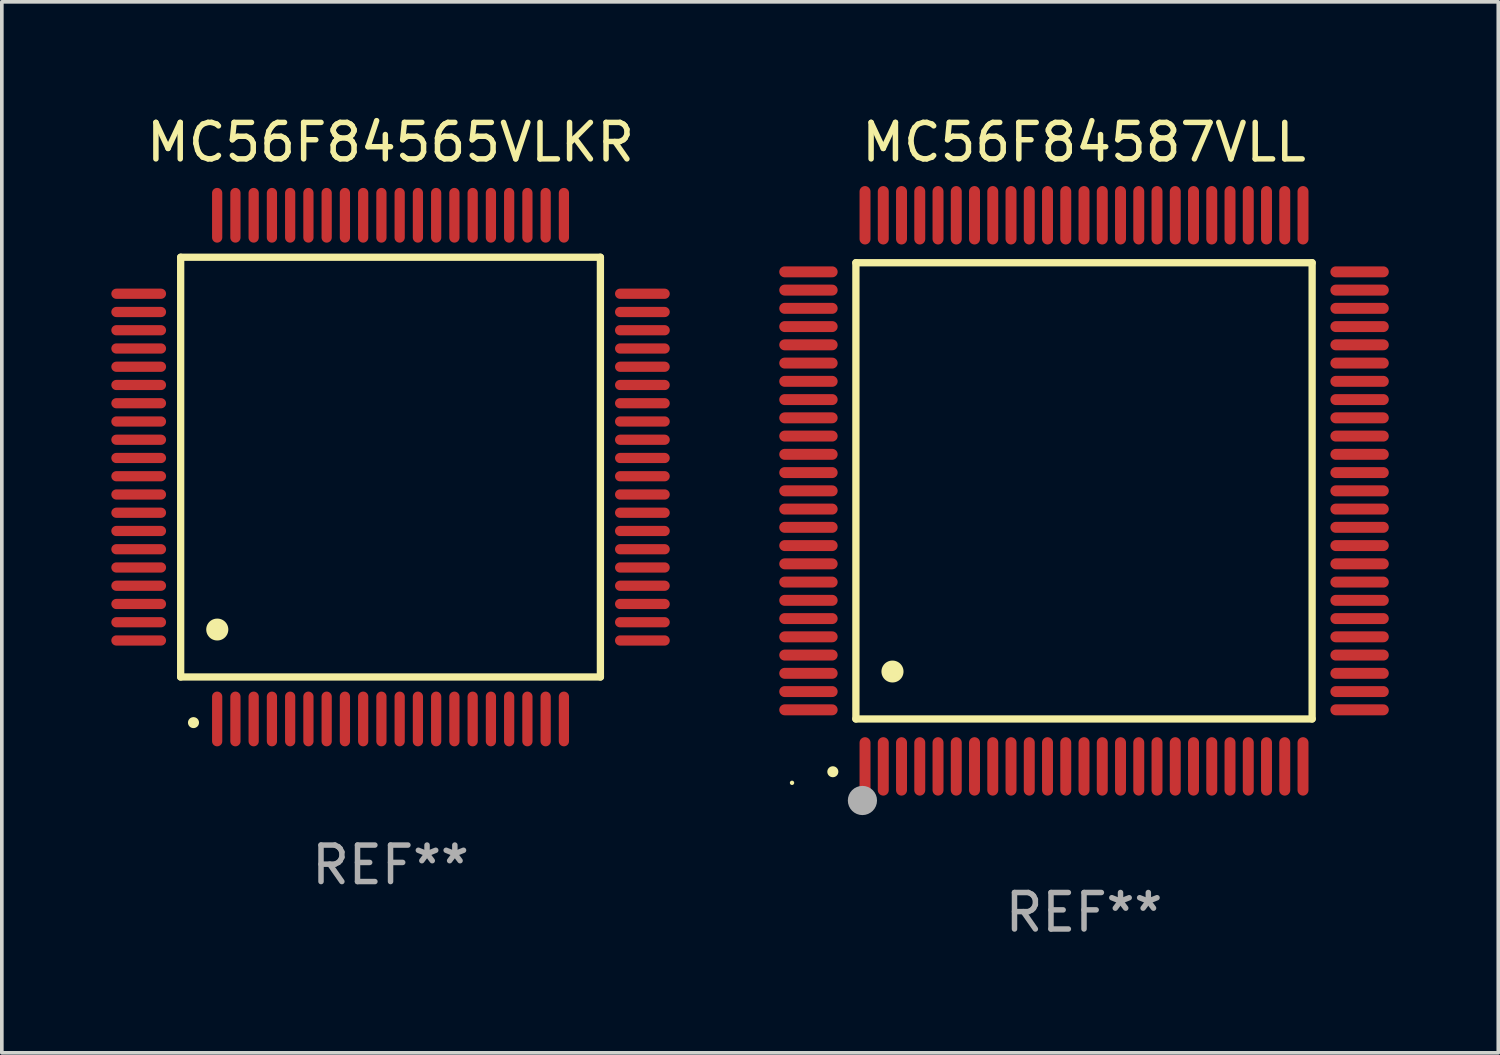
<source format=kicad_pcb>
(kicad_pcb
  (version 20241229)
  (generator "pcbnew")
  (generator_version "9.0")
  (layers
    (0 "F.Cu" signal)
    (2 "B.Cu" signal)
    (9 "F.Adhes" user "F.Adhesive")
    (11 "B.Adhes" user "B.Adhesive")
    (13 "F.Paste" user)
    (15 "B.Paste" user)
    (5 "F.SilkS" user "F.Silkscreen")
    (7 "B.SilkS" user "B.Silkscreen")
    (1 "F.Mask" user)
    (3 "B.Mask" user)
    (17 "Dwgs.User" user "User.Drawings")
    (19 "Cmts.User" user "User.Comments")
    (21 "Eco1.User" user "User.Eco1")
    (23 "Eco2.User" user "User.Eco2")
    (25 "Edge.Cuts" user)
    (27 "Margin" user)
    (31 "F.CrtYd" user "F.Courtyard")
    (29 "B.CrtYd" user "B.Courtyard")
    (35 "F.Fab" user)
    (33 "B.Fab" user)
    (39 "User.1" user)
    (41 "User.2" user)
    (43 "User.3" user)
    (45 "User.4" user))
  (footprint "MC56F84587VLL"
    (layer "F.Cu")
    (at 26.65 10.398)
    (property "Reference" "MC56F84587VLL" (at 0 -9.55 0) (layer "F.SilkS") (effects (font (size 1 1) (thickness 0.15))))
    (attr through_hole)
    (fp_line (start -6.25 -6.25) (end -6.25 6.25) (stroke (width 0.2) (type solid)) (layer "F.SilkS"))
    (fp_line (start -6.25 6.25) (end 6.25 6.25) (stroke (width 0.2) (type solid)) (layer "F.SilkS"))
    (fp_line (start 6.25 -6.25) (end -6.25 -6.25) (stroke (width 0.2) (type solid)) (layer "F.SilkS"))
    (fp_line (start 6.25 6.25) (end 6.25 -6.25) (stroke (width 0.2) (type solid)) (layer "F.SilkS"))
    (fp_arc (start -6.883414 7.696215) (mid -6.882144 7.69621) (end -6.880874 7.696215) (stroke (width 0.3) (type solid)) (layer "F.SilkS"))
    (fp_arc (start -5.250191 4.95047) (mid -5.247651 4.950459) (end -5.245111 4.95047) (stroke (width 0.6) (type solid)) (layer "F.SilkS"))
    (fp_circle (center -8 8) (end -7.97 8) (stroke (width 0.06) (type solid)) (fill no) (layer "F.SilkS"))
    (fp_circle (center -6.071 8.484) (end -5.871 8.484) (stroke (width 0.4) (type solid)) (fill no) (layer "F.Fab"))
    (fp_text user "REF**" (at 0 11.55 0) (layer "F.Fab") (effects (font (size 1 1) (thickness 0.15))))
    (pad "1" smd oval (at -6 7.55) (size 0.3 1.6) (layers "F.Cu" "F.Mask" "F.Paste"))
    (pad "2" smd oval (at -5.5 7.55) (size 0.3 1.6) (layers "F.Cu" "F.Mask" "F.Paste"))
    (pad "3" smd oval (at -5 7.55) (size 0.3 1.6) (layers "F.Cu" "F.Mask" "F.Paste"))
    (pad "4" smd oval (at -4.5 7.55) (size 0.3 1.6) (layers "F.Cu" "F.Mask" "F.Paste"))
    (pad "5" smd oval (at -4 7.55) (size 0.3 1.6) (layers "F.Cu" "F.Mask" "F.Paste"))
    (pad "6" smd oval (at -3.5 7.55) (size 0.3 1.6) (layers "F.Cu" "F.Mask" "F.Paste"))
    (pad "7" smd oval (at -3 7.55) (size 0.3 1.6) (layers "F.Cu" "F.Mask" "F.Paste"))
    (pad "8" smd oval (at -2.5 7.55) (size 0.3 1.6) (layers "F.Cu" "F.Mask" "F.Paste"))
    (pad "9" smd oval (at -2 7.55) (size 0.3 1.6) (layers "F.Cu" "F.Mask" "F.Paste"))
    (pad "10" smd oval (at -1.5 7.55) (size 0.3 1.6) (layers "F.Cu" "F.Mask" "F.Paste"))
    (pad "11" smd oval (at -1 7.55) (size 0.3 1.6) (layers "F.Cu" "F.Mask" "F.Paste"))
    (pad "12" smd oval (at -0.5 7.55) (size 0.3 1.6) (layers "F.Cu" "F.Mask" "F.Paste"))
    (pad "13" smd oval (at 0 7.55) (size 0.3 1.6) (layers "F.Cu" "F.Mask" "F.Paste"))
    (pad "14" smd oval (at 0.5 7.55) (size 0.3 1.6) (layers "F.Cu" "F.Mask" "F.Paste"))
    (pad "15" smd oval (at 1 7.55) (size 0.3 1.6) (layers "F.Cu" "F.Mask" "F.Paste"))
    (pad "16" smd oval (at 1.5 7.55) (size 0.3 1.6) (layers "F.Cu" "F.Mask" "F.Paste"))
    (pad "17" smd oval (at 2 7.55) (size 0.3 1.6) (layers "F.Cu" "F.Mask" "F.Paste"))
    (pad "18" smd oval (at 2.5 7.55) (size 0.3 1.6) (layers "F.Cu" "F.Mask" "F.Paste"))
    (pad "19" smd oval (at 3 7.55) (size 0.3 1.6) (layers "F.Cu" "F.Mask" "F.Paste"))
    (pad "20" smd oval (at 3.5 7.55) (size 0.3 1.6) (layers "F.Cu" "F.Mask" "F.Paste"))
    (pad "21" smd oval (at 4 7.55) (size 0.3 1.6) (layers "F.Cu" "F.Mask" "F.Paste"))
    (pad "22" smd oval (at 4.5 7.55) (size 0.3 1.6) (layers "F.Cu" "F.Mask" "F.Paste"))
    (pad "23" smd oval (at 5 7.55) (size 0.3 1.6) (layers "F.Cu" "F.Mask" "F.Paste"))
    (pad "24" smd oval (at 5.5 7.55) (size 0.3 1.6) (layers "F.Cu" "F.Mask" "F.Paste"))
    (pad "25" smd oval (at 6 7.55) (size 0.3 1.6) (layers "F.Cu" "F.Mask" "F.Paste"))
    (pad "26" smd oval (at 7.55 6) (size 1.6 0.3) (layers "F.Cu" "F.Mask" "F.Paste"))
    (pad "27" smd oval (at 7.55 5.5) (size 1.6 0.3) (layers "F.Cu" "F.Mask" "F.Paste"))
    (pad "28" smd oval (at 7.55 5) (size 1.6 0.3) (layers "F.Cu" "F.Mask" "F.Paste"))
    (pad "29" smd oval (at 7.55 4.5) (size 1.6 0.3) (layers "F.Cu" "F.Mask" "F.Paste"))
    (pad "30" smd oval (at 7.55 4) (size 1.6 0.3) (layers "F.Cu" "F.Mask" "F.Paste"))
    (pad "31" smd oval (at 7.55 3.5) (size 1.6 0.3) (layers "F.Cu" "F.Mask" "F.Paste"))
    (pad "32" smd oval (at 7.55 3) (size 1.6 0.3) (layers "F.Cu" "F.Mask" "F.Paste"))
    (pad "33" smd oval (at 7.55 2.5) (size 1.6 0.3) (layers "F.Cu" "F.Mask" "F.Paste"))
    (pad "34" smd oval (at 7.55 2) (size 1.6 0.3) (layers "F.Cu" "F.Mask" "F.Paste"))
    (pad "35" smd oval (at 7.55 1.5) (size 1.6 0.3) (layers "F.Cu" "F.Mask" "F.Paste"))
    (pad "36" smd oval (at 7.55 1) (size 1.6 0.3) (layers "F.Cu" "F.Mask" "F.Paste"))
    (pad "37" smd oval (at 7.55 0.5) (size 1.6 0.3) (layers "F.Cu" "F.Mask" "F.Paste"))
    (pad "38" smd oval (at 7.55 0) (size 1.6 0.3) (layers "F.Cu" "F.Mask" "F.Paste"))
    (pad "39" smd oval (at 7.55 -0.5) (size 1.6 0.3) (layers "F.Cu" "F.Mask" "F.Paste"))
    (pad "40" smd oval (at 7.55 -1) (size 1.6 0.3) (layers "F.Cu" "F.Mask" "F.Paste"))
    (pad "41" smd oval (at 7.55 -1.5) (size 1.6 0.3) (layers "F.Cu" "F.Mask" "F.Paste"))
    (pad "42" smd oval (at 7.55 -2) (size 1.6 0.3) (layers "F.Cu" "F.Mask" "F.Paste"))
    (pad "43" smd oval (at 7.55 -2.5) (size 1.6 0.3) (layers "F.Cu" "F.Mask" "F.Paste"))
    (pad "44" smd oval (at 7.55 -3) (size 1.6 0.3) (layers "F.Cu" "F.Mask" "F.Paste"))
    (pad "45" smd oval (at 7.55 -3.5) (size 1.6 0.3) (layers "F.Cu" "F.Mask" "F.Paste"))
    (pad "46" smd oval (at 7.55 -4) (size 1.6 0.3) (layers "F.Cu" "F.Mask" "F.Paste"))
    (pad "47" smd oval (at 7.55 -4.5) (size 1.6 0.3) (layers "F.Cu" "F.Mask" "F.Paste"))
    (pad "48" smd oval (at 7.55 -5) (size 1.6 0.3) (layers "F.Cu" "F.Mask" "F.Paste"))
    (pad "49" smd oval (at 7.55 -5.5) (size 1.6 0.3) (layers "F.Cu" "F.Mask" "F.Paste"))
    (pad "50" smd oval (at 7.55 -6) (size 1.6 0.3) (layers "F.Cu" "F.Mask" "F.Paste"))
    (pad "51" smd oval (at 6 -7.55) (size 0.3 1.6) (layers "F.Cu" "F.Mask" "F.Paste"))
    (pad "52" smd oval (at 5.5 -7.55) (size 0.3 1.6) (layers "F.Cu" "F.Mask" "F.Paste"))
    (pad "53" smd oval (at 5 -7.55) (size 0.3 1.6) (layers "F.Cu" "F.Mask" "F.Paste"))
    (pad "54" smd oval (at 4.5 -7.55) (size 0.3 1.6) (layers "F.Cu" "F.Mask" "F.Paste"))
    (pad "55" smd oval (at 4 -7.55) (size 0.3 1.6) (layers "F.Cu" "F.Mask" "F.Paste"))
    (pad "56" smd oval (at 3.5 -7.55) (size 0.3 1.6) (layers "F.Cu" "F.Mask" "F.Paste"))
    (pad "57" smd oval (at 3 -7.55) (size 0.3 1.6) (layers "F.Cu" "F.Mask" "F.Paste"))
    (pad "58" smd oval (at 2.5 -7.55) (size 0.3 1.6) (layers "F.Cu" "F.Mask" "F.Paste"))
    (pad "59" smd oval (at 2 -7.55) (size 0.3 1.6) (layers "F.Cu" "F.Mask" "F.Paste"))
    (pad "60" smd oval (at 1.5 -7.55) (size 0.3 1.6) (layers "F.Cu" "F.Mask" "F.Paste"))
    (pad "61" smd oval (at 1 -7.55) (size 0.3 1.6) (layers "F.Cu" "F.Mask" "F.Paste"))
    (pad "62" smd oval (at 0.5 -7.55) (size 0.3 1.6) (layers "F.Cu" "F.Mask" "F.Paste"))
    (pad "63" smd oval (at 0 -7.55) (size 0.3 1.6) (layers "F.Cu" "F.Mask" "F.Paste"))
    (pad "64" smd oval (at -0.5 -7.55) (size 0.3 1.6) (layers "F.Cu" "F.Mask" "F.Paste"))
    (pad "65" smd oval (at -1 -7.55) (size 0.3 1.6) (layers "F.Cu" "F.Mask" "F.Paste"))
    (pad "66" smd oval (at -1.5 -7.55) (size 0.3 1.6) (layers "F.Cu" "F.Mask" "F.Paste"))
    (pad "67" smd oval (at -2 -7.55) (size 0.3 1.6) (layers "F.Cu" "F.Mask" "F.Paste"))
    (pad "68" smd oval (at -2.5 -7.55) (size 0.3 1.6) (layers "F.Cu" "F.Mask" "F.Paste"))
    (pad "69" smd oval (at -3 -7.55) (size 0.3 1.6) (layers "F.Cu" "F.Mask" "F.Paste"))
    (pad "70" smd oval (at -3.5 -7.55) (size 0.3 1.6) (layers "F.Cu" "F.Mask" "F.Paste"))
    (pad "71" smd oval (at -4 -7.55) (size 0.3 1.6) (layers "F.Cu" "F.Mask" "F.Paste"))
    (pad "72" smd oval (at -4.5 -7.55) (size 0.3 1.6) (layers "F.Cu" "F.Mask" "F.Paste"))
    (pad "73" smd oval (at -5 -7.55) (size 0.3 1.6) (layers "F.Cu" "F.Mask" "F.Paste"))
    (pad "74" smd oval (at -5.5 -7.55) (size 0.3 1.6) (layers "F.Cu" "F.Mask" "F.Paste"))
    (pad "75" smd oval (at -6 -7.55) (size 0.3 1.6) (layers "F.Cu" "F.Mask" "F.Paste"))
    (pad "76" smd oval (at -7.55 -6) (size 1.6 0.3) (layers "F.Cu" "F.Mask" "F.Paste"))
    (pad "77" smd oval (at -7.55 -5.5) (size 1.6 0.3) (layers "F.Cu" "F.Mask" "F.Paste"))
    (pad "78" smd oval (at -7.55 -5) (size 1.6 0.3) (layers "F.Cu" "F.Mask" "F.Paste"))
    (pad "79" smd oval (at -7.55 -4.5) (size 1.6 0.3) (layers "F.Cu" "F.Mask" "F.Paste"))
    (pad "80" smd oval (at -7.55 -4) (size 1.6 0.3) (layers "F.Cu" "F.Mask" "F.Paste"))
    (pad "81" smd oval (at -7.55 -3.5) (size 1.6 0.3) (layers "F.Cu" "F.Mask" "F.Paste"))
    (pad "82" smd oval (at -7.55 -3) (size 1.6 0.3) (layers "F.Cu" "F.Mask" "F.Paste"))
    (pad "83" smd oval (at -7.55 -2.5) (size 1.6 0.3) (layers "F.Cu" "F.Mask" "F.Paste"))
    (pad "84" smd oval (at -7.55 -2) (size 1.6 0.3) (layers "F.Cu" "F.Mask" "F.Paste"))
    (pad "85" smd oval (at -7.55 -1.5) (size 1.6 0.3) (layers "F.Cu" "F.Mask" "F.Paste"))
    (pad "86" smd oval (at -7.55 -1) (size 1.6 0.3) (layers "F.Cu" "F.Mask" "F.Paste"))
    (pad "87" smd oval (at -7.55 -0.5) (size 1.6 0.3) (layers "F.Cu" "F.Mask" "F.Paste"))
    (pad "88" smd oval (at -7.55 0) (size 1.6 0.3) (layers "F.Cu" "F.Mask" "F.Paste"))
    (pad "89" smd oval (at -7.55 0.5) (size 1.6 0.3) (layers "F.Cu" "F.Mask" "F.Paste"))
    (pad "90" smd oval (at -7.55 1) (size 1.6 0.3) (layers "F.Cu" "F.Mask" "F.Paste"))
    (pad "91" smd oval (at -7.55 1.5) (size 1.6 0.3) (layers "F.Cu" "F.Mask" "F.Paste"))
    (pad "92" smd oval (at -7.55 2) (size 1.6 0.3) (layers "F.Cu" "F.Mask" "F.Paste"))
    (pad "93" smd oval (at -7.55 2.5) (size 1.6 0.3) (layers "F.Cu" "F.Mask" "F.Paste"))
    (pad "94" smd oval (at -7.55 3) (size 1.6 0.3) (layers "F.Cu" "F.Mask" "F.Paste"))
    (pad "95" smd oval (at -7.55 3.5) (size 1.6 0.3) (layers "F.Cu" "F.Mask" "F.Paste"))
    (pad "96" smd oval (at -7.55 4) (size 1.6 0.3) (layers "F.Cu" "F.Mask" "F.Paste"))
    (pad "97" smd oval (at -7.55 4.5) (size 1.6 0.3) (layers "F.Cu" "F.Mask" "F.Paste"))
    (pad "98" smd oval (at -7.55 5) (size 1.6 0.3) (layers "F.Cu" "F.Mask" "F.Paste"))
    (pad "99" smd oval (at -7.55 5.5) (size 1.6 0.3) (layers "F.Cu" "F.Mask" "F.Paste"))
    (pad "100" smd oval (at -7.55 6) (size 1.6 0.3) (layers "F.Cu" "F.Mask" "F.Paste")))
  (footprint "MC56F84565VLKR"
    (layer "F.Cu")
    (at 7.65 9.748)
    (property "Reference" "MC56F84565VLKR" (at 0 -8.9 0) (layer "F.SilkS") (effects (font (size 1 1) (thickness 0.15))))
    (attr through_hole)
    (fp_line (start -5.75 -5.75) (end 5.75 -5.75) (stroke (width 0.2) (type solid)) (layer "F.SilkS"))
    (fp_line (start -5.75 5.75) (end -5.75 -5.75) (stroke (width 0.2) (type solid)) (layer "F.SilkS"))
    (fp_line (start 5.75 -5.75) (end 5.75 5.75) (stroke (width 0.2) (type solid)) (layer "F.SilkS"))
    (fp_line (start 5.75 5.75) (end -5.75 5.75) (stroke (width 0.2) (type solid)) (layer "F.SilkS"))
    (fp_arc (start -5.400051 7.000254) (mid -5.398781 7.000249) (end -5.397511 7.000254) (stroke (width 0.3) (type solid)) (layer "F.SilkS"))
    (fp_arc (start -4.749809 4.450089) (mid -4.747269 4.450078) (end -4.744729 4.450089) (stroke (width 0.6) (type solid)) (layer "F.SilkS"))
    (fp_text user "REF**" (at 0 10.9 0) (layer "F.Fab") (effects (font (size 1 1) (thickness 0.15))))
    (pad "1" smd oval (at -4.75 6.9) (size 0.28 1.5) (layers "F.Cu" "F.Mask" "F.Paste"))
    (pad "2" smd oval (at -4.25 6.9) (size 0.28 1.5) (layers "F.Cu" "F.Mask" "F.Paste"))
    (pad "3" smd oval (at -3.75 6.9) (size 0.28 1.5) (layers "F.Cu" "F.Mask" "F.Paste"))
    (pad "4" smd oval (at -3.25 6.9) (size 0.28 1.5) (layers "F.Cu" "F.Mask" "F.Paste"))
    (pad "5" smd oval (at -2.75 6.9) (size 0.28 1.5) (layers "F.Cu" "F.Mask" "F.Paste"))
    (pad "6" smd oval (at -2.25 6.9) (size 0.28 1.5) (layers "F.Cu" "F.Mask" "F.Paste"))
    (pad "7" smd oval (at -1.75 6.9) (size 0.28 1.5) (layers "F.Cu" "F.Mask" "F.Paste"))
    (pad "8" smd oval (at -1.25 6.9) (size 0.28 1.5) (layers "F.Cu" "F.Mask" "F.Paste"))
    (pad "9" smd oval (at -0.75 6.9) (size 0.28 1.5) (layers "F.Cu" "F.Mask" "F.Paste"))
    (pad "10" smd oval (at -0.25 6.9) (size 0.28 1.5) (layers "F.Cu" "F.Mask" "F.Paste"))
    (pad "11" smd oval (at 0.25 6.9) (size 0.28 1.5) (layers "F.Cu" "F.Mask" "F.Paste"))
    (pad "12" smd oval (at 0.75 6.9) (size 0.28 1.5) (layers "F.Cu" "F.Mask" "F.Paste"))
    (pad "13" smd oval (at 1.25 6.9) (size 0.28 1.5) (layers "F.Cu" "F.Mask" "F.Paste"))
    (pad "14" smd oval (at 1.75 6.9) (size 0.28 1.5) (layers "F.Cu" "F.Mask" "F.Paste"))
    (pad "15" smd oval (at 2.25 6.9) (size 0.28 1.5) (layers "F.Cu" "F.Mask" "F.Paste"))
    (pad "16" smd oval (at 2.75 6.9) (size 0.28 1.5) (layers "F.Cu" "F.Mask" "F.Paste"))
    (pad "17" smd oval (at 3.25 6.9) (size 0.28 1.5) (layers "F.Cu" "F.Mask" "F.Paste"))
    (pad "18" smd oval (at 3.75 6.9) (size 0.28 1.5) (layers "F.Cu" "F.Mask" "F.Paste"))
    (pad "19" smd oval (at 4.25 6.9) (size 0.28 1.5) (layers "F.Cu" "F.Mask" "F.Paste"))
    (pad "20" smd oval (at 4.75 6.9) (size 0.28 1.5) (layers "F.Cu" "F.Mask" "F.Paste"))
    (pad "21" smd oval (at 6.9 4.75) (size 1.5 0.28) (layers "F.Cu" "F.Mask" "F.Paste"))
    (pad "22" smd oval (at 6.9 4.25) (size 1.5 0.28) (layers "F.Cu" "F.Mask" "F.Paste"))
    (pad "23" smd oval (at 6.9 3.75) (size 1.5 0.28) (layers "F.Cu" "F.Mask" "F.Paste"))
    (pad "24" smd oval (at 6.9 3.25) (size 1.5 0.28) (layers "F.Cu" "F.Mask" "F.Paste"))
    (pad "25" smd oval (at 6.9 2.75) (size 1.5 0.28) (layers "F.Cu" "F.Mask" "F.Paste"))
    (pad "26" smd oval (at 6.9 2.25) (size 1.5 0.28) (layers "F.Cu" "F.Mask" "F.Paste"))
    (pad "27" smd oval (at 6.9 1.75) (size 1.5 0.28) (layers "F.Cu" "F.Mask" "F.Paste"))
    (pad "28" smd oval (at 6.9 1.25) (size 1.5 0.28) (layers "F.Cu" "F.Mask" "F.Paste"))
    (pad "29" smd oval (at 6.9 0.75) (size 1.5 0.28) (layers "F.Cu" "F.Mask" "F.Paste"))
    (pad "30" smd oval (at 6.9 0.25) (size 1.5 0.28) (layers "F.Cu" "F.Mask" "F.Paste"))
    (pad "31" smd oval (at 6.9 -0.25) (size 1.5 0.28) (layers "F.Cu" "F.Mask" "F.Paste"))
    (pad "32" smd oval (at 6.9 -0.75) (size 1.5 0.28) (layers "F.Cu" "F.Mask" "F.Paste"))
    (pad "33" smd oval (at 6.9 -1.25) (size 1.5 0.28) (layers "F.Cu" "F.Mask" "F.Paste"))
    (pad "34" smd oval (at 6.9 -1.75) (size 1.5 0.28) (layers "F.Cu" "F.Mask" "F.Paste"))
    (pad "35" smd oval (at 6.9 -2.25) (size 1.5 0.28) (layers "F.Cu" "F.Mask" "F.Paste"))
    (pad "36" smd oval (at 6.9 -2.75) (size 1.5 0.28) (layers "F.Cu" "F.Mask" "F.Paste"))
    (pad "37" smd oval (at 6.9 -3.25) (size 1.5 0.28) (layers "F.Cu" "F.Mask" "F.Paste"))
    (pad "38" smd oval (at 6.9 -3.75) (size 1.5 0.28) (layers "F.Cu" "F.Mask" "F.Paste"))
    (pad "39" smd oval (at 6.9 -4.25) (size 1.5 0.28) (layers "F.Cu" "F.Mask" "F.Paste"))
    (pad "40" smd oval (at 6.9 -4.75) (size 1.5 0.28) (layers "F.Cu" "F.Mask" "F.Paste"))
    (pad "41" smd oval (at 4.75 -6.9) (size 0.28 1.5) (layers "F.Cu" "F.Mask" "F.Paste"))
    (pad "42" smd oval (at 4.25 -6.9) (size 0.28 1.5) (layers "F.Cu" "F.Mask" "F.Paste"))
    (pad "43" smd oval (at 3.75 -6.9) (size 0.28 1.5) (layers "F.Cu" "F.Mask" "F.Paste"))
    (pad "44" smd oval (at 3.25 -6.9) (size 0.28 1.5) (layers "F.Cu" "F.Mask" "F.Paste"))
    (pad "45" smd oval (at 2.75 -6.9) (size 0.28 1.5) (layers "F.Cu" "F.Mask" "F.Paste"))
    (pad "46" smd oval (at 2.25 -6.9) (size 0.28 1.5) (layers "F.Cu" "F.Mask" "F.Paste"))
    (pad "47" smd oval (at 1.75 -6.9) (size 0.28 1.5) (layers "F.Cu" "F.Mask" "F.Paste"))
    (pad "48" smd oval (at 1.25 -6.9) (size 0.28 1.5) (layers "F.Cu" "F.Mask" "F.Paste"))
    (pad "49" smd oval (at 0.75 -6.9) (size 0.28 1.5) (layers "F.Cu" "F.Mask" "F.Paste"))
    (pad "50" smd oval (at 0.25 -6.9) (size 0.28 1.5) (layers "F.Cu" "F.Mask" "F.Paste"))
    (pad "51" smd oval (at -0.25 -6.9) (size 0.28 1.5) (layers "F.Cu" "F.Mask" "F.Paste"))
    (pad "52" smd oval (at -0.75 -6.9) (size 0.28 1.5) (layers "F.Cu" "F.Mask" "F.Paste"))
    (pad "53" smd oval (at -1.25 -6.9) (size 0.28 1.5) (layers "F.Cu" "F.Mask" "F.Paste"))
    (pad "54" smd oval (at -1.75 -6.9) (size 0.28 1.5) (layers "F.Cu" "F.Mask" "F.Paste"))
    (pad "55" smd oval (at -2.25 -6.9) (size 0.28 1.5) (layers "F.Cu" "F.Mask" "F.Paste"))
    (pad "56" smd oval (at -2.75 -6.9) (size 0.28 1.5) (layers "F.Cu" "F.Mask" "F.Paste"))
    (pad "57" smd oval (at -3.25 -6.9) (size 0.28 1.5) (layers "F.Cu" "F.Mask" "F.Paste"))
    (pad "58" smd oval (at -3.75 -6.9) (size 0.28 1.5) (layers "F.Cu" "F.Mask" "F.Paste"))
    (pad "59" smd oval (at -4.25 -6.9) (size 0.28 1.5) (layers "F.Cu" "F.Mask" "F.Paste"))
    (pad "60" smd oval (at -4.75 -6.9) (size 0.28 1.5) (layers "F.Cu" "F.Mask" "F.Paste"))
    (pad "61" smd oval (at -6.9 -4.75) (size 1.5 0.28) (layers "F.Cu" "F.Mask" "F.Paste"))
    (pad "62" smd oval (at -6.9 -4.25) (size 1.5 0.28) (layers "F.Cu" "F.Mask" "F.Paste"))
    (pad "63" smd oval (at -6.9 -3.75) (size 1.5 0.28) (layers "F.Cu" "F.Mask" "F.Paste"))
    (pad "64" smd oval (at -6.9 -3.25) (size 1.5 0.28) (layers "F.Cu" "F.Mask" "F.Paste"))
    (pad "65" smd oval (at -6.9 -2.75) (size 1.5 0.28) (layers "F.Cu" "F.Mask" "F.Paste"))
    (pad "66" smd oval (at -6.9 -2.25) (size 1.5 0.28) (layers "F.Cu" "F.Mask" "F.Paste"))
    (pad "67" smd oval (at -6.9 -1.75) (size 1.5 0.28) (layers "F.Cu" "F.Mask" "F.Paste"))
    (pad "68" smd oval (at -6.9 -1.25) (size 1.5 0.28) (layers "F.Cu" "F.Mask" "F.Paste"))
    (pad "69" smd oval (at -6.9 -0.75) (size 1.5 0.28) (layers "F.Cu" "F.Mask" "F.Paste"))
    (pad "70" smd oval (at -6.9 -0.25) (size 1.5 0.28) (layers "F.Cu" "F.Mask" "F.Paste"))
    (pad "71" smd oval (at -6.9 0.25) (size 1.5 0.28) (layers "F.Cu" "F.Mask" "F.Paste"))
    (pad "72" smd oval (at -6.9 0.75) (size 1.5 0.28) (layers "F.Cu" "F.Mask" "F.Paste"))
    (pad "73" smd oval (at -6.9 1.25) (size 1.5 0.28) (layers "F.Cu" "F.Mask" "F.Paste"))
    (pad "74" smd oval (at -6.9 1.75) (size 1.5 0.28) (layers "F.Cu" "F.Mask" "F.Paste"))
    (pad "75" smd oval (at -6.9 2.25) (size 1.5 0.28) (layers "F.Cu" "F.Mask" "F.Paste"))
    (pad "76" smd oval (at -6.9 2.75) (size 1.5 0.28) (layers "F.Cu" "F.Mask" "F.Paste"))
    (pad "77" smd oval (at -6.9 3.25) (size 1.5 0.28) (layers "F.Cu" "F.Mask" "F.Paste"))
    (pad "78" smd oval (at -6.9 3.75) (size 1.5 0.28) (layers "F.Cu" "F.Mask" "F.Paste"))
    (pad "79" smd oval (at -6.9 4.25) (size 1.5 0.28) (layers "F.Cu" "F.Mask" "F.Paste"))
    (pad "80" smd oval (at -6.9 4.75) (size 1.5 0.28) (layers "F.Cu" "F.Mask" "F.Paste")))
  (gr_rect
    (start -3 -3)
    (end 38 25.796)
    (stroke (width 0.1) (type default))
    (fill no)
    (layer "Edge.Cuts")))
</source>
